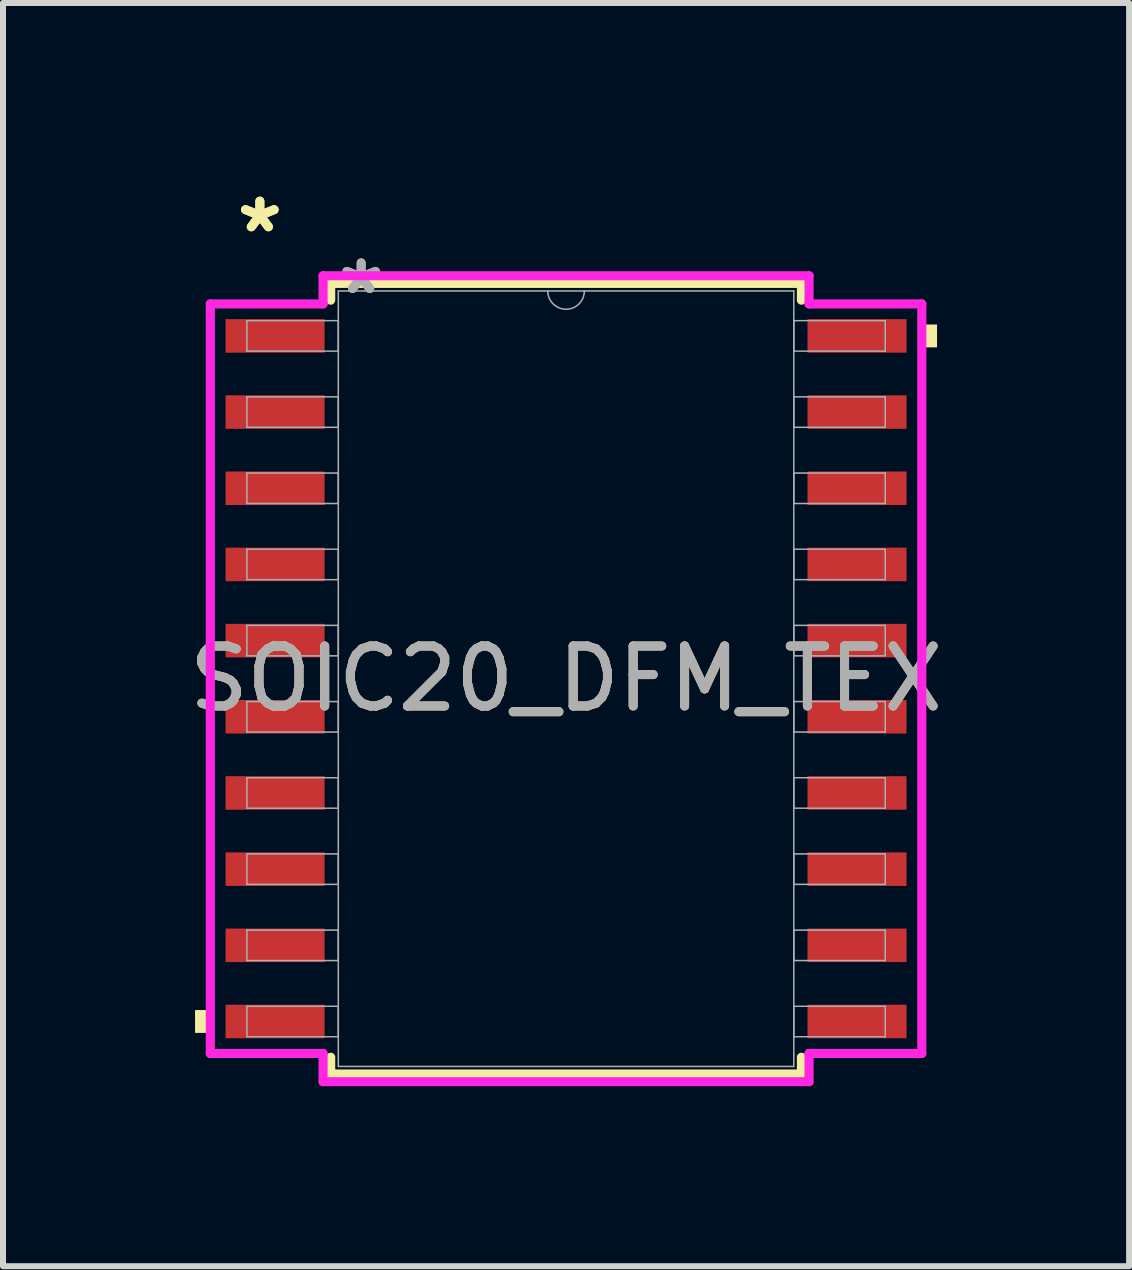
<source format=kicad_pcb>
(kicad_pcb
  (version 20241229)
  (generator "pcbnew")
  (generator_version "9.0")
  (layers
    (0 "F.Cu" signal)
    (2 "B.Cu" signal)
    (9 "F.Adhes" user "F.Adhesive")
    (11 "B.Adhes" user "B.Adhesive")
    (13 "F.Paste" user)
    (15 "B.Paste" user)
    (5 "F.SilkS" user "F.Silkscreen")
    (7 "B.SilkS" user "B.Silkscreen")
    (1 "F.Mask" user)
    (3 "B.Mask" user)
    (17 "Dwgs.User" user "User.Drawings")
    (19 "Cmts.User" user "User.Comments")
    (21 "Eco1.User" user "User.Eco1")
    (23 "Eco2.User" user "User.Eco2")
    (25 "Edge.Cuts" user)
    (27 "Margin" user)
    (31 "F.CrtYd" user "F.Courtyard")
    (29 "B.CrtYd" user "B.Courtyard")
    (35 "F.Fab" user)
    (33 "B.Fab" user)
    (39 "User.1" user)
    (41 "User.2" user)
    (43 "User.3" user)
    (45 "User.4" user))
  (footprint "SOIC20_DFM_TEX"
    (layer "F.Cu")
    (at 6.387 8.265)
    (property "Reference" "SOIC20_DFM_TEX" (at 0 0 0) (unlocked yes) (layer "F.SilkS") (effects (font (size 1 1) (thickness 0.15))))
    (attr smd)
    (fp_line (start -3.924 -6.591) (end -3.924 -6.311) (stroke (width 0.152) (type solid)) (layer "F.SilkS"))
    (fp_line (start -3.924 6.311) (end -3.924 6.591) (stroke (width 0.152) (type solid)) (layer "F.SilkS"))
    (fp_line (start -3.924 6.591) (end 3.924 6.591) (stroke (width 0.152) (type solid)) (layer "F.SilkS"))
    (fp_line (start 3.924 -6.591) (end -3.924 -6.591) (stroke (width 0.152) (type solid)) (layer "F.SilkS"))
    (fp_line (start 3.924 -6.311) (end 3.924 -6.591) (stroke (width 0.152) (type solid)) (layer "F.SilkS"))
    (fp_line (start 3.924 6.591) (end 3.924 6.311) (stroke (width 0.152) (type solid)) (layer "F.SilkS"))
    (fp_poly (pts (xy -6.185 5.524) (xy -6.185 5.905) (xy -5.931 5.905) (xy -5.931 5.524)) (stroke (width 0) (type solid)) (fill yes) (layer "F.SilkS"))
    (fp_poly (pts (xy 6.185 -5.905) (xy 6.185 -5.524) (xy 5.931 -5.524) (xy 5.931 -5.905)) (stroke (width 0) (type solid)) (fill yes) (layer "F.SilkS"))
    (fp_line (start -5.931 -6.248) (end -4.051 -6.248) (stroke (width 0.152) (type solid)) (layer "F.CrtYd"))
    (fp_line (start -5.931 6.248) (end -5.931 -6.248) (stroke (width 0.152) (type solid)) (layer "F.CrtYd"))
    (fp_line (start -5.931 6.248) (end -4.051 6.248) (stroke (width 0.152) (type solid)) (layer "F.CrtYd"))
    (fp_line (start -4.051 -6.718) (end 4.051 -6.718) (stroke (width 0.152) (type solid)) (layer "F.CrtYd"))
    (fp_line (start -4.051 -6.248) (end -4.051 -6.718) (stroke (width 0.152) (type solid)) (layer "F.CrtYd"))
    (fp_line (start -4.051 6.718) (end -4.051 6.248) (stroke (width 0.152) (type solid)) (layer "F.CrtYd"))
    (fp_line (start 4.051 -6.718) (end 4.051 -6.248) (stroke (width 0.152) (type solid)) (layer "F.CrtYd"))
    (fp_line (start 4.051 6.248) (end 4.051 6.718) (stroke (width 0.152) (type solid)) (layer "F.CrtYd"))
    (fp_line (start 4.051 6.718) (end -4.051 6.718) (stroke (width 0.152) (type solid)) (layer "F.CrtYd"))
    (fp_line (start 5.931 -6.248) (end 4.051 -6.248) (stroke (width 0.152) (type solid)) (layer "F.CrtYd"))
    (fp_line (start 5.931 -6.248) (end 5.931 6.248) (stroke (width 0.152) (type solid)) (layer "F.CrtYd"))
    (fp_line (start 5.931 6.248) (end 4.051 6.248) (stroke (width 0.152) (type solid)) (layer "F.CrtYd"))
    (fp_line (start -5.321 -5.969) (end -5.321 -5.461) (stroke (width 0.025) (type solid)) (layer "F.Fab"))
    (fp_line (start -5.321 -5.461) (end -3.797 -5.461) (stroke (width 0.025) (type solid)) (layer "F.Fab"))
    (fp_line (start -5.321 -4.699) (end -5.321 -4.191) (stroke (width 0.025) (type solid)) (layer "F.Fab"))
    (fp_line (start -5.321 -4.191) (end -3.797 -4.191) (stroke (width 0.025) (type solid)) (layer "F.Fab"))
    (fp_line (start -5.321 -3.429) (end -5.321 -2.921) (stroke (width 0.025) (type solid)) (layer "F.Fab"))
    (fp_line (start -5.321 -2.921) (end -3.797 -2.921) (stroke (width 0.025) (type solid)) (layer "F.Fab"))
    (fp_line (start -5.321 -2.159) (end -5.321 -1.651) (stroke (width 0.025) (type solid)) (layer "F.Fab"))
    (fp_line (start -5.321 -1.651) (end -3.797 -1.651) (stroke (width 0.025) (type solid)) (layer "F.Fab"))
    (fp_line (start -5.321 -0.889) (end -5.321 -0.381) (stroke (width 0.025) (type solid)) (layer "F.Fab"))
    (fp_line (start -5.321 -0.381) (end -3.797 -0.381) (stroke (width 0.025) (type solid)) (layer "F.Fab"))
    (fp_line (start -5.321 0.381) (end -5.321 0.889) (stroke (width 0.025) (type solid)) (layer "F.Fab"))
    (fp_line (start -5.321 0.889) (end -3.797 0.889) (stroke (width 0.025) (type solid)) (layer "F.Fab"))
    (fp_line (start -5.321 1.651) (end -5.321 2.159) (stroke (width 0.025) (type solid)) (layer "F.Fab"))
    (fp_line (start -5.321 2.159) (end -3.797 2.159) (stroke (width 0.025) (type solid)) (layer "F.Fab"))
    (fp_line (start -5.321 2.921) (end -5.321 3.429) (stroke (width 0.025) (type solid)) (layer "F.Fab"))
    (fp_line (start -5.321 3.429) (end -3.797 3.429) (stroke (width 0.025) (type solid)) (layer "F.Fab"))
    (fp_line (start -5.321 4.191) (end -5.321 4.699) (stroke (width 0.025) (type solid)) (layer "F.Fab"))
    (fp_line (start -5.321 4.699) (end -3.797 4.699) (stroke (width 0.025) (type solid)) (layer "F.Fab"))
    (fp_line (start -5.321 5.461) (end -5.321 5.969) (stroke (width 0.025) (type solid)) (layer "F.Fab"))
    (fp_line (start -5.321 5.969) (end -3.797 5.969) (stroke (width 0.025) (type solid)) (layer "F.Fab"))
    (fp_line (start -3.797 -6.464) (end -3.797 6.464) (stroke (width 0.025) (type solid)) (layer "F.Fab"))
    (fp_line (start -3.797 -5.969) (end -5.321 -5.969) (stroke (width 0.025) (type solid)) (layer "F.Fab"))
    (fp_line (start -3.797 -5.461) (end -3.797 -5.969) (stroke (width 0.025) (type solid)) (layer "F.Fab"))
    (fp_line (start -3.797 -4.699) (end -5.321 -4.699) (stroke (width 0.025) (type solid)) (layer "F.Fab"))
    (fp_line (start -3.797 -4.191) (end -3.797 -4.699) (stroke (width 0.025) (type solid)) (layer "F.Fab"))
    (fp_line (start -3.797 -3.429) (end -5.321 -3.429) (stroke (width 0.025) (type solid)) (layer "F.Fab"))
    (fp_line (start -3.797 -2.921) (end -3.797 -3.429) (stroke (width 0.025) (type solid)) (layer "F.Fab"))
    (fp_line (start -3.797 -2.159) (end -5.321 -2.159) (stroke (width 0.025) (type solid)) (layer "F.Fab"))
    (fp_line (start -3.797 -1.651) (end -3.797 -2.159) (stroke (width 0.025) (type solid)) (layer "F.Fab"))
    (fp_line (start -3.797 -0.889) (end -5.321 -0.889) (stroke (width 0.025) (type solid)) (layer "F.Fab"))
    (fp_line (start -3.797 -0.381) (end -3.797 -0.889) (stroke (width 0.025) (type solid)) (layer "F.Fab"))
    (fp_line (start -3.797 0.381) (end -5.321 0.381) (stroke (width 0.025) (type solid)) (layer "F.Fab"))
    (fp_line (start -3.797 0.889) (end -3.797 0.381) (stroke (width 0.025) (type solid)) (layer "F.Fab"))
    (fp_line (start -3.797 1.651) (end -5.321 1.651) (stroke (width 0.025) (type solid)) (layer "F.Fab"))
    (fp_line (start -3.797 2.159) (end -3.797 1.651) (stroke (width 0.025) (type solid)) (layer "F.Fab"))
    (fp_line (start -3.797 2.921) (end -5.321 2.921) (stroke (width 0.025) (type solid)) (layer "F.Fab"))
    (fp_line (start -3.797 3.429) (end -3.797 2.921) (stroke (width 0.025) (type solid)) (layer "F.Fab"))
    (fp_line (start -3.797 4.191) (end -5.321 4.191) (stroke (width 0.025) (type solid)) (layer "F.Fab"))
    (fp_line (start -3.797 4.699) (end -3.797 4.191) (stroke (width 0.025) (type solid)) (layer "F.Fab"))
    (fp_line (start -3.797 5.461) (end -5.321 5.461) (stroke (width 0.025) (type solid)) (layer "F.Fab"))
    (fp_line (start -3.797 5.969) (end -3.797 5.461) (stroke (width 0.025) (type solid)) (layer "F.Fab"))
    (fp_line (start -3.797 6.464) (end 3.797 6.464) (stroke (width 0.025) (type solid)) (layer "F.Fab"))
    (fp_line (start 3.797 -6.464) (end -3.797 -6.464) (stroke (width 0.025) (type solid)) (layer "F.Fab"))
    (fp_line (start 3.797 -5.969) (end 3.797 -5.461) (stroke (width 0.025) (type solid)) (layer "F.Fab"))
    (fp_line (start 3.797 -5.461) (end 5.321 -5.461) (stroke (width 0.025) (type solid)) (layer "F.Fab"))
    (fp_line (start 3.797 -4.699) (end 3.797 -4.191) (stroke (width 0.025) (type solid)) (layer "F.Fab"))
    (fp_line (start 3.797 -4.191) (end 5.321 -4.191) (stroke (width 0.025) (type solid)) (layer "F.Fab"))
    (fp_line (start 3.797 -3.429) (end 3.797 -2.921) (stroke (width 0.025) (type solid)) (layer "F.Fab"))
    (fp_line (start 3.797 -2.921) (end 5.321 -2.921) (stroke (width 0.025) (type solid)) (layer "F.Fab"))
    (fp_line (start 3.797 -2.159) (end 3.797 -1.651) (stroke (width 0.025) (type solid)) (layer "F.Fab"))
    (fp_line (start 3.797 -1.651) (end 5.321 -1.651) (stroke (width 0.025) (type solid)) (layer "F.Fab"))
    (fp_line (start 3.797 -0.889) (end 3.797 -0.381) (stroke (width 0.025) (type solid)) (layer "F.Fab"))
    (fp_line (start 3.797 -0.381) (end 5.321 -0.381) (stroke (width 0.025) (type solid)) (layer "F.Fab"))
    (fp_line (start 3.797 0.381) (end 3.797 0.889) (stroke (width 0.025) (type solid)) (layer "F.Fab"))
    (fp_line (start 3.797 0.889) (end 5.321 0.889) (stroke (width 0.025) (type solid)) (layer "F.Fab"))
    (fp_line (start 3.797 1.651) (end 3.797 2.159) (stroke (width 0.025) (type solid)) (layer "F.Fab"))
    (fp_line (start 3.797 2.159) (end 5.321 2.159) (stroke (width 0.025) (type solid)) (layer "F.Fab"))
    (fp_line (start 3.797 2.921) (end 3.797 3.429) (stroke (width 0.025) (type solid)) (layer "F.Fab"))
    (fp_line (start 3.797 3.429) (end 5.321 3.429) (stroke (width 0.025) (type solid)) (layer "F.Fab"))
    (fp_line (start 3.797 4.191) (end 3.797 4.699) (stroke (width 0.025) (type solid)) (layer "F.Fab"))
    (fp_line (start 3.797 4.699) (end 5.321 4.699) (stroke (width 0.025) (type solid)) (layer "F.Fab"))
    (fp_line (start 3.797 5.461) (end 3.797 5.969) (stroke (width 0.025) (type solid)) (layer "F.Fab"))
    (fp_line (start 3.797 5.969) (end 5.321 5.969) (stroke (width 0.025) (type solid)) (layer "F.Fab"))
    (fp_line (start 3.797 6.464) (end 3.797 -6.464) (stroke (width 0.025) (type solid)) (layer "F.Fab"))
    (fp_line (start 5.321 -5.969) (end 3.797 -5.969) (stroke (width 0.025) (type solid)) (layer "F.Fab"))
    (fp_line (start 5.321 -5.461) (end 5.321 -5.969) (stroke (width 0.025) (type solid)) (layer "F.Fab"))
    (fp_line (start 5.321 -4.699) (end 3.797 -4.699) (stroke (width 0.025) (type solid)) (layer "F.Fab"))
    (fp_line (start 5.321 -4.191) (end 5.321 -4.699) (stroke (width 0.025) (type solid)) (layer "F.Fab"))
    (fp_line (start 5.321 -3.429) (end 3.797 -3.429) (stroke (width 0.025) (type solid)) (layer "F.Fab"))
    (fp_line (start 5.321 -2.921) (end 5.321 -3.429) (stroke (width 0.025) (type solid)) (layer "F.Fab"))
    (fp_line (start 5.321 -2.159) (end 3.797 -2.159) (stroke (width 0.025) (type solid)) (layer "F.Fab"))
    (fp_line (start 5.321 -1.651) (end 5.321 -2.159) (stroke (width 0.025) (type solid)) (layer "F.Fab"))
    (fp_line (start 5.321 -0.889) (end 3.797 -0.889) (stroke (width 0.025) (type solid)) (layer "F.Fab"))
    (fp_line (start 5.321 -0.381) (end 5.321 -0.889) (stroke (width 0.025) (type solid)) (layer "F.Fab"))
    (fp_line (start 5.321 0.381) (end 3.797 0.381) (stroke (width 0.025) (type solid)) (layer "F.Fab"))
    (fp_line (start 5.321 0.889) (end 5.321 0.381) (stroke (width 0.025) (type solid)) (layer "F.Fab"))
    (fp_line (start 5.321 1.651) (end 3.797 1.651) (stroke (width 0.025) (type solid)) (layer "F.Fab"))
    (fp_line (start 5.321 2.159) (end 5.321 1.651) (stroke (width 0.025) (type solid)) (layer "F.Fab"))
    (fp_line (start 5.321 2.921) (end 3.797 2.921) (stroke (width 0.025) (type solid)) (layer "F.Fab"))
    (fp_line (start 5.321 3.429) (end 5.321 2.921) (stroke (width 0.025) (type solid)) (layer "F.Fab"))
    (fp_line (start 5.321 4.191) (end 3.797 4.191) (stroke (width 0.025) (type solid)) (layer "F.Fab"))
    (fp_line (start 5.321 4.699) (end 5.321 4.191) (stroke (width 0.025) (type solid)) (layer "F.Fab"))
    (fp_line (start 5.321 5.461) (end 3.797 5.461) (stroke (width 0.025) (type solid)) (layer "F.Fab"))
    (fp_line (start 5.321 5.969) (end 5.321 5.461) (stroke (width 0.025) (type solid)) (layer "F.Fab"))
    (fp_arc (start 0.3048 -6.4643) (mid 0 -6.1595) (end -0.3048 -6.4643) (stroke (width 0.0254) (type solid)) (layer "F.Fab"))
    (fp_text user "*" (at -5.105 -7.417 0) (unlocked yes) (layer "F.SilkS") (effects (font (size 1 1) (thickness 0.15))))
    (fp_text user "*" (at -5.105 -7.417 0) (layer "F.SilkS") (effects (font (size 1 1) (thickness 0.15))))
    (fp_text user "*" (at -3.416 -6.388 0) (layer "F.Fab") (effects (font (size 1 1) (thickness 0.15))))
    (fp_text user "${REFERENCE}" (at 0 0 0) (unlocked yes) (layer "F.Fab") (effects (font (size 1 1) (thickness 0.15))))
    (fp_text user "*" (at -3.416 -6.388 0) (unlocked yes) (layer "F.Fab") (effects (font (size 1 1) (thickness 0.15))))
    (pad "1" smd rect (at -4.851 -5.715) (size 1.651 0.559) (layers "F.Cu" "F.Mask" "F.Paste"))
    (pad "2" smd rect (at -4.851 -4.445) (size 1.651 0.559) (layers "F.Cu" "F.Mask" "F.Paste"))
    (pad "3" smd rect (at -4.851 -3.175) (size 1.651 0.559) (layers "F.Cu" "F.Mask" "F.Paste"))
    (pad "4" smd rect (at -4.851 -1.905) (size 1.651 0.559) (layers "F.Cu" "F.Mask" "F.Paste"))
    (pad "5" smd rect (at -4.851 -0.635) (size 1.651 0.559) (layers "F.Cu" "F.Mask" "F.Paste"))
    (pad "6" smd rect (at -4.851 0.635) (size 1.651 0.559) (layers "F.Cu" "F.Mask" "F.Paste"))
    (pad "7" smd rect (at -4.851 1.905) (size 1.651 0.559) (layers "F.Cu" "F.Mask" "F.Paste"))
    (pad "8" smd rect (at -4.851 3.175) (size 1.651 0.559) (layers "F.Cu" "F.Mask" "F.Paste"))
    (pad "9" smd rect (at -4.851 4.445) (size 1.651 0.559) (layers "F.Cu" "F.Mask" "F.Paste"))
    (pad "10" smd rect (at -4.851 5.715) (size 1.651 0.559) (layers "F.Cu" "F.Mask" "F.Paste"))
    (pad "11" smd rect (at 4.851 5.715) (size 1.651 0.559) (layers "F.Cu" "F.Mask" "F.Paste"))
    (pad "12" smd rect (at 4.851 4.445) (size 1.651 0.559) (layers "F.Cu" "F.Mask" "F.Paste"))
    (pad "13" smd rect (at 4.851 3.175) (size 1.651 0.559) (layers "F.Cu" "F.Mask" "F.Paste"))
    (pad "14" smd rect (at 4.851 1.905) (size 1.651 0.559) (layers "F.Cu" "F.Mask" "F.Paste"))
    (pad "15" smd rect (at 4.851 0.635) (size 1.651 0.559) (layers "F.Cu" "F.Mask" "F.Paste"))
    (pad "16" smd rect (at 4.851 -0.635) (size 1.651 0.559) (layers "F.Cu" "F.Mask" "F.Paste"))
    (pad "17" smd rect (at 4.851 -1.905) (size 1.651 0.559) (layers "F.Cu" "F.Mask" "F.Paste"))
    (pad "18" smd rect (at 4.851 -3.175) (size 1.651 0.559) (layers "F.Cu" "F.Mask" "F.Paste"))
    (pad "19" smd rect (at 4.851 -4.445) (size 1.651 0.559) (layers "F.Cu" "F.Mask" "F.Paste"))
    (pad "20" smd rect (at 4.851 -5.715) (size 1.651 0.559) (layers "F.Cu" "F.Mask" "F.Paste")))
  (gr_rect
    (start -3 -3)
    (end 15.774 18.06)
    (stroke (width 0.1) (type default))
    (fill no)
    (layer "Edge.Cuts")))
</source>
